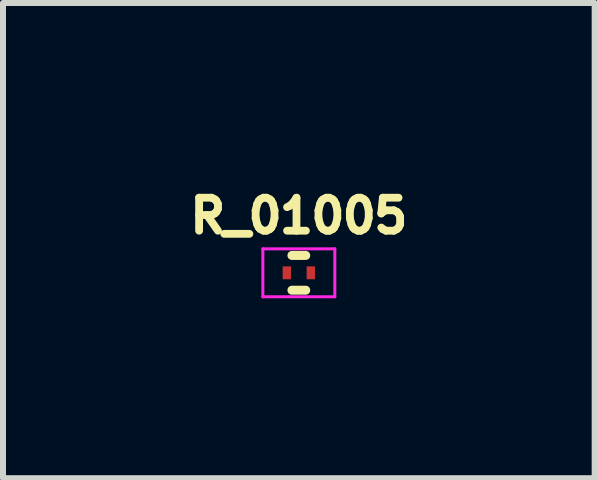
<source format=kicad_pcb>
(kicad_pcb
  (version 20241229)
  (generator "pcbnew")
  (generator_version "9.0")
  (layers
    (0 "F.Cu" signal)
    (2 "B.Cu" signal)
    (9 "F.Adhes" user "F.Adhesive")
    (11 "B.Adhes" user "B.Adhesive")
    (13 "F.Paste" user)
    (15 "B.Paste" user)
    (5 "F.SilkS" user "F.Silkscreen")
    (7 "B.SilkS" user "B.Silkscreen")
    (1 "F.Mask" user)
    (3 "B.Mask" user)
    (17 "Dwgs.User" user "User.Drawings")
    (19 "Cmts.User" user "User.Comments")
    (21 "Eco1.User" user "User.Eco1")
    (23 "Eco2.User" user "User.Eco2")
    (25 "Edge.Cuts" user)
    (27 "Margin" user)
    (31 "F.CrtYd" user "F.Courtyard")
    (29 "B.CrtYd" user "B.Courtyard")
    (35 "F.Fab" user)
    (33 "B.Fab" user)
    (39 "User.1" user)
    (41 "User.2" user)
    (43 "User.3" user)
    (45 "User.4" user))
  (footprint "R_01005"
    (layer "F.Cu")
    (at 1.934 1.5)
    (property "Reference" "R_01005" (at 0 -0.95 0) (layer "F.SilkS") (effects (font (size 0.55 0.55) (thickness 0.13))))
    (attr smd)
    (fp_line (start -0.115 0.29) (end 0.115 0.29) (stroke (width 0.15) (type solid)) (layer "F.SilkS"))
    (fp_line (start 0.115 -0.29) (end -0.115 -0.29) (stroke (width 0.15) (type solid)) (layer "F.SilkS"))
    (fp_line (start -0.6 -0.4) (end -0.6 0.4) (stroke (width 0.05) (type solid)) (layer "F.CrtYd"))
    (fp_line (start -0.6 0.4) (end 0.6 0.4) (stroke (width 0.05) (type solid)) (layer "F.CrtYd"))
    (fp_line (start 0.6 -0.4) (end -0.6 -0.4) (stroke (width 0.05) (type solid)) (layer "F.CrtYd"))
    (fp_line (start 0.6 0.4) (end 0.6 -0.4) (stroke (width 0.05) (type solid)) (layer "F.CrtYd"))
    (pad "1" smd rect (at -0.2 0) (size 0.14 0.215) (layers "F.Cu" "F.Mask" "F.Paste"))
    (pad "2" smd rect (at 0.2 0) (size 0.14 0.215) (layers "F.Cu" "F.Mask" "F.Paste")))
  (gr_rect
    (start -3 -3)
    (end 6.868 4.925)
    (stroke (width 0.1) (type default))
    (fill no)
    (layer "Edge.Cuts")))
</source>
